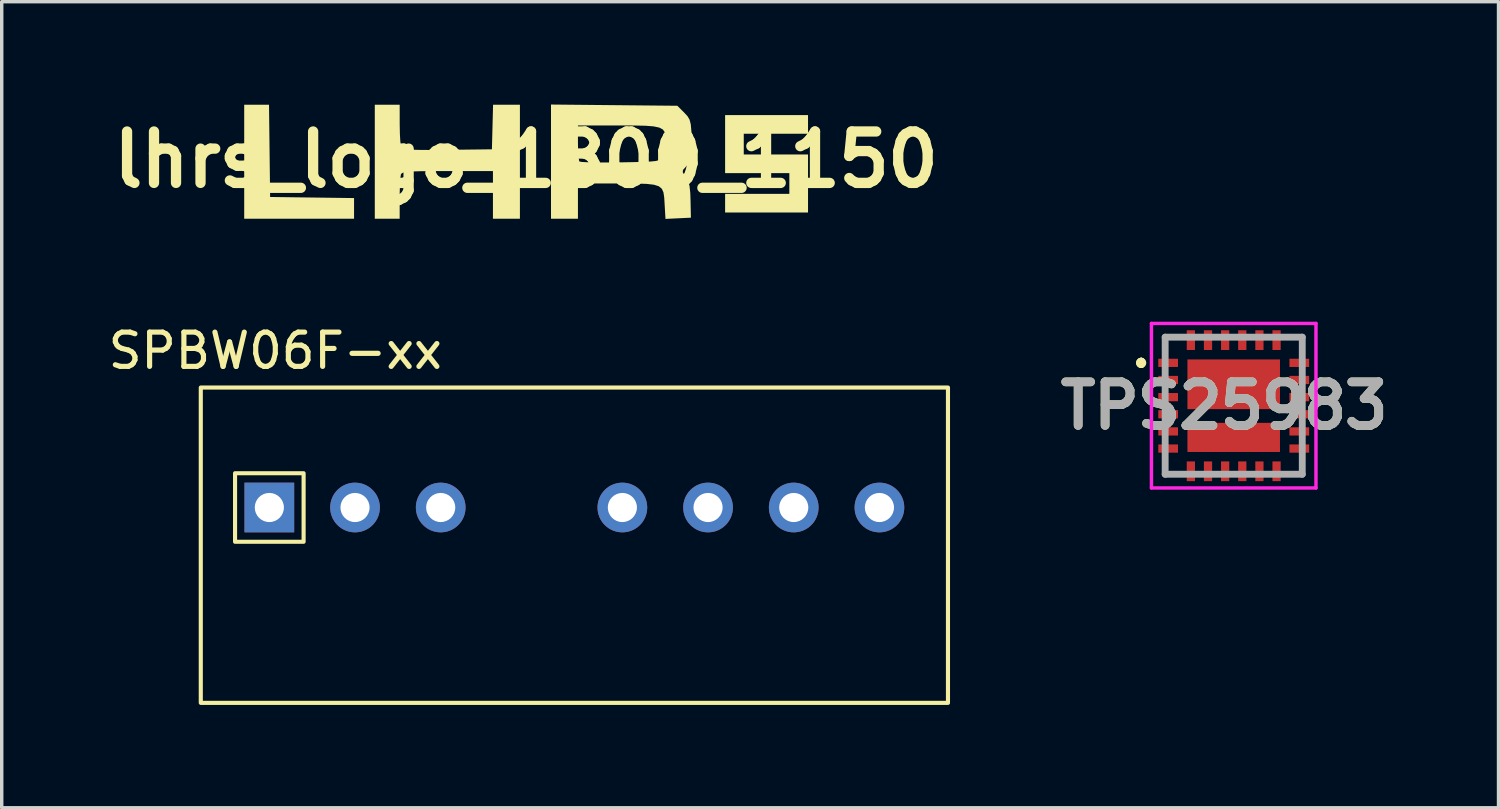
<source format=kicad_pcb>
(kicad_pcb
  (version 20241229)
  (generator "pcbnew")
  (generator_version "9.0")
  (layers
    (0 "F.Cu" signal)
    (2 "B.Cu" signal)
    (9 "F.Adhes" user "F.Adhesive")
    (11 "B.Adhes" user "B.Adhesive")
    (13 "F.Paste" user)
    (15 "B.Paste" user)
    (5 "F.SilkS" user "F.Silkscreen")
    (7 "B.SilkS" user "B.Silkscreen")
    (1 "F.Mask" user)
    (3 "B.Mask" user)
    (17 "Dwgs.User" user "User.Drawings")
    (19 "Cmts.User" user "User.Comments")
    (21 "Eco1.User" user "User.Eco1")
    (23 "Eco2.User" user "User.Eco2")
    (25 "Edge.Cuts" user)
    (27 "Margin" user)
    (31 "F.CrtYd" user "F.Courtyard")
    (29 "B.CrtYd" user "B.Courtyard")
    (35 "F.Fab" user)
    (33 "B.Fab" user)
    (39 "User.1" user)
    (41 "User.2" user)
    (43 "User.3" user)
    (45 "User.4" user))
  (footprint "SPBW06F-xx"
    (layer "F.Cu")
    (at 13.618 12.519)
    (property "Reference" "SPBW06F-xx" (at -8.636 -5.334 0) (layer "F.SilkS") (effects (font (size 1 1) (thickness 0.15))))
    (attr through_hole)
    (fp_rect (start -10.81 4.938) (end 10.99 -4.262) (stroke (width 0.12) (type default)) (fill no) (layer "F.SilkS"))
    (fp_rect (start -9.81 0.238) (end -7.81 -1.762) (stroke (width 0.12) (type default)) (fill no) (layer "F.SilkS"))
    (pad "1" thru_hole rect (at -8.81 -0.762 270) (size 1.45 1.45) (drill 0.85) (layers "*.Cu" "*.Mask"))
    (pad "2" thru_hole circle (at -6.31 -0.762 270) (size 1.45 1.45) (drill 0.85) (layers "*.Cu" "*.Mask"))
    (pad "3" thru_hole circle (at -3.81 -0.762 270) (size 1.45 1.45) (drill 0.85) (layers "*.Cu" "*.Mask"))
    (pad "5" thru_hole circle (at 1.49 -0.762 270) (size 1.45 1.45) (drill 0.85) (layers "*.Cu" "*.Mask"))
    (pad "6" thru_hole circle (at 3.99 -0.762 270) (size 1.45 1.45) (drill 0.85) (layers "*.Cu" "*.Mask"))
    (pad "7" thru_hole circle (at 6.49 -0.762 270) (size 1.45 1.45) (drill 0.85) (layers "*.Cu" "*.Mask"))
    (pad "8" thru_hole circle (at 8.99 -0.762 270) (size 1.45 1.45) (drill 0.85) (layers "*.Cu" "*.Mask")))
  (footprint "TPS25983"
    (layer "F.Cu")
    (at 32.945 8.787)
    (property "Reference" "TPS25983" (at -0.275 0 0) (layer "F.SilkS") (effects (font (size 1.27 1.27) (thickness 0.254))))
    (attr smd)
    (fp_line (start -2.7 -1.3) (end -2.7 -1.3) (stroke (width 0.2) (type solid)) (layer "F.SilkS"))
    (fp_line (start -2.7 -1.3) (end -2.7 -1.3) (stroke (width 0.2) (type solid)) (layer "F.SilkS"))
    (fp_line (start -2.7 -1.2) (end -2.7 -1.2) (stroke (width 0.2) (type solid)) (layer "F.SilkS"))
    (fp_line (start -2 -2) (end -2 -2) (stroke (width 0.1) (type solid)) (layer "F.SilkS"))
    (fp_line (start -2 -2) (end -2 -2) (stroke (width 0.1) (type solid)) (layer "F.SilkS"))
    (fp_line (start -2 -2) (end -2 -1.75) (stroke (width 0.1) (type solid)) (layer "F.SilkS"))
    (fp_line (start -2 -2) (end -1.75 -2) (stroke (width 0.1) (type solid)) (layer "F.SilkS"))
    (fp_line (start -2 -1.75) (end -2 -2) (stroke (width 0.1) (type solid)) (layer "F.SilkS"))
    (fp_line (start -2 -1.75) (end -2 -1.75) (stroke (width 0.1) (type solid)) (layer "F.SilkS"))
    (fp_line (start -2 1.75) (end -2 1.75) (stroke (width 0.1) (type solid)) (layer "F.SilkS"))
    (fp_line (start -2 1.75) (end -2 2) (stroke (width 0.1) (type solid)) (layer "F.SilkS"))
    (fp_line (start -2 2) (end -2 1.75) (stroke (width 0.1) (type solid)) (layer "F.SilkS"))
    (fp_line (start -2 2) (end -2 2) (stroke (width 0.1) (type solid)) (layer "F.SilkS"))
    (fp_line (start -2 2) (end -2 2) (stroke (width 0.1) (type solid)) (layer "F.SilkS"))
    (fp_line (start -2 2) (end -1.75 2) (stroke (width 0.1) (type solid)) (layer "F.SilkS"))
    (fp_line (start -1.75 -2) (end -2 -2) (stroke (width 0.1) (type solid)) (layer "F.SilkS"))
    (fp_line (start -1.75 -2) (end -1.75 -2) (stroke (width 0.1) (type solid)) (layer "F.SilkS"))
    (fp_line (start -1.75 2) (end -2 2) (stroke (width 0.1) (type solid)) (layer "F.SilkS"))
    (fp_line (start -1.75 2) (end -1.75 2) (stroke (width 0.1) (type solid)) (layer "F.SilkS"))
    (fp_line (start 1.75 -2) (end 1.75 -2) (stroke (width 0.1) (type solid)) (layer "F.SilkS"))
    (fp_line (start 1.75 -2) (end 2 -2) (stroke (width 0.1) (type solid)) (layer "F.SilkS"))
    (fp_line (start 1.75 2) (end 1.75 2) (stroke (width 0.1) (type solid)) (layer "F.SilkS"))
    (fp_line (start 1.75 2) (end 2 2) (stroke (width 0.1) (type solid)) (layer "F.SilkS"))
    (fp_line (start 2 -2) (end 1.75 -2) (stroke (width 0.1) (type solid)) (layer "F.SilkS"))
    (fp_line (start 2 -2) (end 2 -2) (stroke (width 0.1) (type solid)) (layer "F.SilkS"))
    (fp_line (start 2 -2) (end 2 -2) (stroke (width 0.1) (type solid)) (layer "F.SilkS"))
    (fp_line (start 2 -2) (end 2 -1.75) (stroke (width 0.1) (type solid)) (layer "F.SilkS"))
    (fp_line (start 2 -1.75) (end 2 -2) (stroke (width 0.1) (type solid)) (layer "F.SilkS"))
    (fp_line (start 2 -1.75) (end 2 -1.75) (stroke (width 0.1) (type solid)) (layer "F.SilkS"))
    (fp_line (start 2 1.75) (end 2 1.75) (stroke (width 0.1) (type solid)) (layer "F.SilkS"))
    (fp_line (start 2 1.75) (end 2 2) (stroke (width 0.1) (type solid)) (layer "F.SilkS"))
    (fp_line (start 2 2) (end 1.75 2) (stroke (width 0.1) (type solid)) (layer "F.SilkS"))
    (fp_line (start 2 2) (end 2 1.75) (stroke (width 0.1) (type solid)) (layer "F.SilkS"))
    (fp_line (start 2 2) (end 2 2) (stroke (width 0.1) (type solid)) (layer "F.SilkS"))
    (fp_line (start 2 2) (end 2 2) (stroke (width 0.1) (type solid)) (layer "F.SilkS"))
    (fp_arc (start -2.7 -1.3) (mid -2.65 -1.25) (end -2.7 -1.2) (stroke (width 0.2) (type solid)) (layer "F.SilkS"))
    (fp_arc (start -2.7 -1.2) (mid -2.75 -1.25) (end -2.7 -1.3) (stroke (width 0.2) (type solid)) (layer "F.SilkS"))
    (fp_arc (start -2.7 -1.2) (mid -2.75 -1.25) (end -2.7 -1.3) (stroke (width 0.2) (type solid)) (layer "F.SilkS"))
    (fp_line (start -2.4 -2.4) (end 2.4 -2.4) (stroke (width 0.1) (type solid)) (layer "F.CrtYd"))
    (fp_line (start -2.4 2.4) (end -2.4 -2.4) (stroke (width 0.1) (type solid)) (layer "F.CrtYd"))
    (fp_line (start 2.4 -2.4) (end 2.4 2.4) (stroke (width 0.1) (type solid)) (layer "F.CrtYd"))
    (fp_line (start 2.4 2.4) (end -2.4 2.4) (stroke (width 0.1) (type solid)) (layer "F.CrtYd"))
    (fp_line (start -2 -2) (end -2 2) (stroke (width 0.2) (type solid)) (layer "F.Fab"))
    (fp_line (start -2 2) (end 2 2) (stroke (width 0.2) (type solid)) (layer "F.Fab"))
    (fp_line (start 2 -2) (end -2 -2) (stroke (width 0.2) (type solid)) (layer "F.Fab"))
    (fp_line (start 2 2) (end 2 -2) (stroke (width 0.2) (type solid)) (layer "F.Fab"))
    (fp_text user "${REFERENCE}" (at -0.275 0 0) (layer "F.Fab") (effects (font (size 1.27 1.27) (thickness 0.254))))
    (pad "1" smd rect (at -1.913 -1.25 90) (size 0.24 0.575) (layers "F.Cu" "F.Mask" "F.Paste"))
    (pad "2" smd rect (at -1.913 -0.75 90) (size 0.24 0.575) (layers "F.Cu" "F.Mask" "F.Paste"))
    (pad "3" smd rect (at -1.913 -0.25 90) (size 0.24 0.575) (layers "F.Cu" "F.Mask" "F.Paste"))
    (pad "4" smd rect (at -1.913 0.25 90) (size 0.24 0.575) (layers "F.Cu" "F.Mask" "F.Paste"))
    (pad "5" smd rect (at -1.913 0.75 90) (size 0.24 0.575) (layers "F.Cu" "F.Mask" "F.Paste"))
    (pad "6" smd rect (at -1.913 1.25 90) (size 0.24 0.575) (layers "F.Cu" "F.Mask" "F.Paste"))
    (pad "7" smd rect (at -1.25 1.913) (size 0.24 0.575) (layers "F.Cu" "F.Mask" "F.Paste"))
    (pad "8" smd rect (at -0.75 1.913) (size 0.24 0.575) (layers "F.Cu" "F.Mask" "F.Paste"))
    (pad "9" smd rect (at -0.25 1.913) (size 0.24 0.575) (layers "F.Cu" "F.Mask" "F.Paste"))
    (pad "10" smd rect (at 0.25 1.913) (size 0.24 0.575) (layers "F.Cu" "F.Mask" "F.Paste"))
    (pad "11" smd rect (at 0.75 1.913) (size 0.24 0.575) (layers "F.Cu" "F.Mask" "F.Paste"))
    (pad "12" smd rect (at 1.25 1.913) (size 0.24 0.575) (layers "F.Cu" "F.Mask" "F.Paste"))
    (pad "13" smd rect (at 1.913 1.25 90) (size 0.24 0.575) (layers "F.Cu" "F.Mask" "F.Paste"))
    (pad "14" smd rect (at 1.913 0.75 90) (size 0.24 0.575) (layers "F.Cu" "F.Mask" "F.Paste"))
    (pad "15" smd rect (at 1.913 0.25 90) (size 0.24 0.575) (layers "F.Cu" "F.Mask" "F.Paste"))
    (pad "16" smd rect (at 1.913 -0.25 90) (size 0.24 0.575) (layers "F.Cu" "F.Mask" "F.Paste"))
    (pad "17" smd rect (at 1.913 -0.75 90) (size 0.24 0.575) (layers "F.Cu" "F.Mask" "F.Paste"))
    (pad "18" smd rect (at 1.913 -1.25 90) (size 0.24 0.575) (layers "F.Cu" "F.Mask" "F.Paste"))
    (pad "19" smd rect (at 1.25 -1.913) (size 0.24 0.575) (layers "F.Cu" "F.Mask" "F.Paste"))
    (pad "20" smd rect (at 0.75 -1.913) (size 0.24 0.575) (layers "F.Cu" "F.Mask" "F.Paste"))
    (pad "21" smd rect (at 0.25 -1.913) (size 0.24 0.575) (layers "F.Cu" "F.Mask" "F.Paste"))
    (pad "22" smd rect (at -0.25 -1.913) (size 0.24 0.575) (layers "F.Cu" "F.Mask" "F.Paste"))
    (pad "23" smd rect (at -0.75 -1.913) (size 0.24 0.575) (layers "F.Cu" "F.Mask" "F.Paste"))
    (pad "24" smd rect (at -1.25 -1.913) (size 0.24 0.575) (layers "F.Cu" "F.Mask" "F.Paste"))
    (pad "P1" smd rect (at 0 -0.625 90) (size 1.45 2.7) (layers "F.Cu" "F.Mask" "F.Paste"))
    (pad "P2" smd rect (at 0 0.925 90) (size 0.85 2.7) (layers "F.Cu" "F.Mask" "F.Paste")))
  (footprint "lhrs_logo_1800_1150"
    (layer "F.Cu")
    (at 12.3 1.608)
    (property "Reference" "lhrs_logo_1800_1150" (at 0 0 0) (layer "F.SilkS") (effects (font (size 1.5 1.5) (thickness 0.3))))
    (attr board_only exclude_from_pos_files exclude_from_bom)
    (fp_poly (pts (xy -7.485 -0.257) (xy -7.469 1.089) (xy -6.244 1.105) (xy -5.02 1.121) (xy -5.02 1.422) (xy -5.02 1.724) (xy -6.622 1.724) (xy -8.225 1.724) (xy -8.225 0.06) (xy -8.225 -1.603) (xy -7.863 -1.603) (xy -7.501 -1.603)) (stroke (width 0) (type solid)) (fill yes) (layer "F.SilkS"))
    (fp_poly (pts (xy 8.225 -1.028) (xy 8.225 -0.756) (xy 7.287 -0.756) (xy 6.35 -0.756) (xy 6.35 -0.454) (xy 6.35 -0.151) (xy 7.287 -0.151) (xy 8.225 -0.151) (xy 8.225 0.695) (xy 8.225 1.542) (xy 7.015 1.542) (xy 5.806 1.542) (xy 5.806 1.27) (xy 5.806 0.998) (xy 6.743 0.998) (xy 7.68 0.998) (xy 7.68 0.695) (xy 7.68 0.393) (xy 6.743 0.393) (xy 5.806 0.393) (xy 5.806 -0.454) (xy 5.806 -1.3) (xy 7.015 -1.3) (xy 8.225 -1.3)) (stroke (width 0) (type solid)) (fill yes) (layer "F.SilkS"))
    (fp_poly (pts (xy -3.688 -1.013) (xy -3.683 -0.752) (xy -3.67 -0.532) (xy -3.651 -0.386) (xy -3.638 -0.347) (xy -3.593 -0.32) (xy -3.487 -0.301) (xy -3.308 -0.289) (xy -3.043 -0.283) (xy -2.68 -0.282) (xy -2.294 -0.286) (xy -0.998 -0.302) (xy -0.981 -0.953) (xy -0.964 -1.603) (xy -0.572 -1.603) (xy -0.181 -1.603) (xy -0.181 0.06) (xy -0.181 1.724) (xy -0.575 1.724) (xy -0.968 1.724) (xy -0.968 1.028) (xy -0.968 0.333) (xy -2.292 0.333) (xy -2.731 0.334) (xy -3.063 0.337) (xy -3.305 0.344) (xy -3.47 0.356) (xy -3.573 0.374) (xy -3.629 0.398) (xy -3.652 0.428) (xy -3.668 0.527) (xy -3.68 0.716) (xy -3.688 0.963) (xy -3.689 1.124) (xy -3.689 1.724) (xy -4.052 1.724) (xy -4.415 1.724) (xy -4.415 0.06) (xy -4.415 -1.603) (xy -4.052 -1.603) (xy -3.689 -1.603)) (stroke (width 0) (type solid)) (fill yes) (layer "F.SilkS"))
    (fp_poly (pts (xy 2.569 -1.59) (xy 4.413 -1.572) (xy 4.61 -1.375) (xy 4.71 -1.267) (xy 4.77 -1.164) (xy 4.804 -1.03) (xy 4.822 -0.83) (xy 4.829 -0.694) (xy 4.836 -0.364) (xy 4.82 -0.128) (xy 4.774 0.041) (xy 4.695 0.17) (xy 4.654 0.214) (xy 4.577 0.3) (xy 4.57 0.368) (xy 4.634 0.47) (xy 4.66 0.506) (xy 4.727 0.621) (xy 4.768 0.767) (xy 4.79 0.976) (xy 4.797 1.185) (xy 4.808 1.693) (xy 4.437 1.711) (xy 4.066 1.729) (xy 4.041 1.296) (xy 4.029 1.102) (xy 4.007 0.955) (xy 3.959 0.849) (xy 3.871 0.776) (xy 3.728 0.731) (xy 3.515 0.707) (xy 3.216 0.697) (xy 2.816 0.695) (xy 2.649 0.695) (xy 1.512 0.695) (xy 1.512 1.21) (xy 1.512 1.724) (xy 1.119 1.724) (xy 0.726 1.724) (xy 0.726 0.058) (xy 0.726 -0.494) (xy 1.512 -0.494) (xy 1.517 -0.257) (xy 1.53 -0.068) (xy 1.549 0.041) (xy 1.556 0.054) (xy 1.627 0.067) (xy 1.8 0.076) (xy 2.055 0.082) (xy 2.372 0.083) (xy 2.731 0.079) (xy 2.74 0.079) (xy 3.138 0.072) (xy 3.433 0.065) (xy 3.642 0.054) (xy 3.783 0.039) (xy 3.875 0.015) (xy 3.936 -0.018) (xy 3.982 -0.064) (xy 4.003 -0.09) (xy 4.08 -0.218) (xy 4.105 -0.375) (xy 4.096 -0.539) (xy 4.079 -0.686) (xy 4.048 -0.798) (xy 3.989 -0.88) (xy 3.887 -0.935) (xy 3.726 -0.97) (xy 3.491 -0.989) (xy 3.168 -0.996) (xy 2.74 -0.998) (xy 2.68 -0.998) (xy 1.512 -0.998) (xy 1.512 -0.494) (xy 0.726 -0.494) (xy 0.726 -1.608)) (stroke (width 0) (type solid)) (fill yes) (layer "F.SilkS")))
  (gr_rect
    (start -3 -3)
    (end 40.671 20.517)
    (stroke (width 0.1) (type default))
    (fill no)
    (layer "Edge.Cuts")))
</source>
